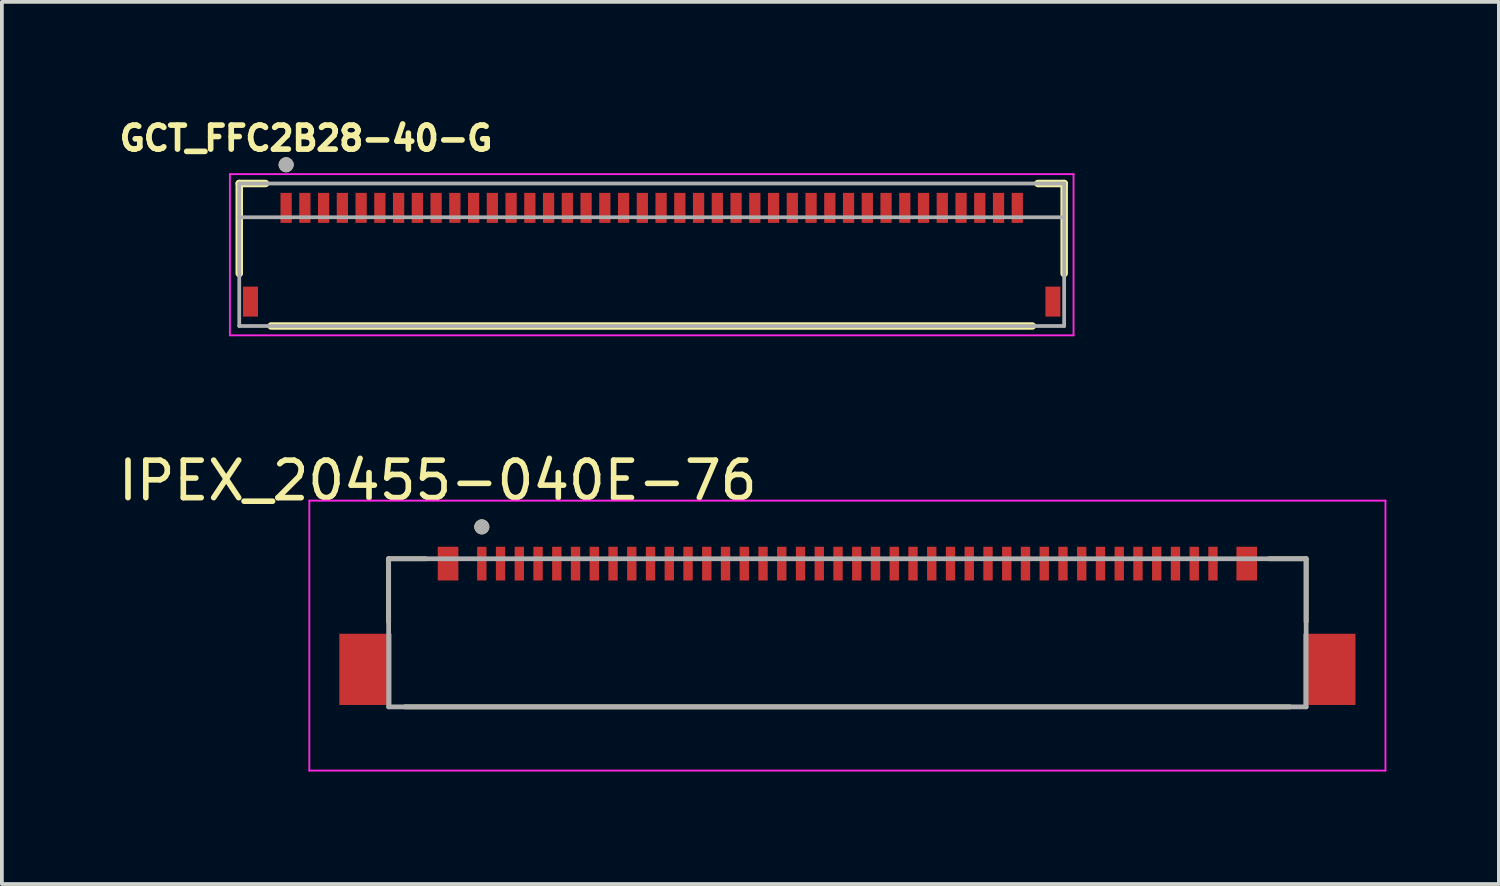
<source format=kicad_pcb>
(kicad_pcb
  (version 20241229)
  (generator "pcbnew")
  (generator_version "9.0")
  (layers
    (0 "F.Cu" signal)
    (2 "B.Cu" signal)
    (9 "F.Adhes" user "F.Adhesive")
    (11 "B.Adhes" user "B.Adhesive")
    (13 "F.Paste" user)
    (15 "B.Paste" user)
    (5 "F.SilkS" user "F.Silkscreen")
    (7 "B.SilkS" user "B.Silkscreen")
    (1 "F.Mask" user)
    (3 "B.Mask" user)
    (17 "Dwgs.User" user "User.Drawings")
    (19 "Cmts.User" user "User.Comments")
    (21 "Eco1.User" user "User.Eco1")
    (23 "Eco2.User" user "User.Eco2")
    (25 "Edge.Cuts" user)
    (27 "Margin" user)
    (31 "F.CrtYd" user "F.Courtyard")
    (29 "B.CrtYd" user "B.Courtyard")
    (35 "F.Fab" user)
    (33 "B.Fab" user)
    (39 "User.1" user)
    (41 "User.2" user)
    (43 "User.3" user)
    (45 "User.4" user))
  (footprint "GCT_FFC2B28-40-G"
    (layer "F.Cu")
    (at 14.331 3.744)
    (property "Reference" "GCT_FFC2B28-40-G" (at -9.218 -3.106 0) (layer "F.SilkS") (effects (font (size 0.64 0.64) (thickness 0.15))))
    (attr through_hole)
    (fp_line (start -11 -1.9) (end -10.3 -1.9) (stroke (width 0.2) (type solid)) (layer "F.SilkS"))
    (fp_line (start -11 0.5) (end -11 -1.9) (stroke (width 0.2) (type solid)) (layer "F.SilkS"))
    (fp_line (start -10.15 1.9) (end 10.15 1.9) (stroke (width 0.2) (type solid)) (layer "F.SilkS"))
    (fp_line (start 10.3 -1.9) (end 11 -1.9) (stroke (width 0.2) (type solid)) (layer "F.SilkS"))
    (fp_line (start 11 -1.9) (end 11 0.5) (stroke (width 0.2) (type solid)) (layer "F.SilkS"))
    (fp_circle (center -9.75 -2.4) (end -9.65 -2.4) (stroke (width 0.2) (type solid)) (fill no) (layer "F.SilkS"))
    (fp_line (start -11.25 -2.15) (end -11.25 2.15) (stroke (width 0.05) (type solid)) (layer "F.CrtYd"))
    (fp_line (start -11.25 2.15) (end 11.25 2.15) (stroke (width 0.05) (type solid)) (layer "F.CrtYd"))
    (fp_line (start 11.25 -2.15) (end -11.25 -2.15) (stroke (width 0.05) (type solid)) (layer "F.CrtYd"))
    (fp_line (start 11.25 2.15) (end 11.25 -2.15) (stroke (width 0.05) (type solid)) (layer "F.CrtYd"))
    (fp_line (start -11 -1.9) (end 11 -1.9) (stroke (width 0.1) (type solid)) (layer "F.Fab"))
    (fp_line (start -11 -1) (end -11 -1.9) (stroke (width 0.1) (type solid)) (layer "F.Fab"))
    (fp_line (start -11 -1) (end 11 -1) (stroke (width 0.1) (type solid)) (layer "F.Fab"))
    (fp_line (start -11 1.9) (end -11 -1) (stroke (width 0.1) (type solid)) (layer "F.Fab"))
    (fp_line (start 11 -1.9) (end 11 -1) (stroke (width 0.1) (type solid)) (layer "F.Fab"))
    (fp_line (start 11 -1) (end 11 1.9) (stroke (width 0.1) (type solid)) (layer "F.Fab"))
    (fp_line (start 11 1.9) (end -11 1.9) (stroke (width 0.1) (type solid)) (layer "F.Fab"))
    (fp_circle (center -9.75 -2.4) (end -9.65 -2.4) (stroke (width 0.2) (type solid)) (fill no) (layer "F.Fab"))
    (pad "1" smd rect (at -9.75 -1.25) (size 0.3 0.8) (layers "F.Cu" "F.Mask" "F.Paste"))
    (pad "2" smd rect (at -9.25 -1.25) (size 0.3 0.8) (layers "F.Cu" "F.Mask" "F.Paste"))
    (pad "3" smd rect (at -8.75 -1.25) (size 0.3 0.8) (layers "F.Cu" "F.Mask" "F.Paste"))
    (pad "4" smd rect (at -8.25 -1.25) (size 0.3 0.8) (layers "F.Cu" "F.Mask" "F.Paste"))
    (pad "5" smd rect (at -7.75 -1.25) (size 0.3 0.8) (layers "F.Cu" "F.Mask" "F.Paste"))
    (pad "6" smd rect (at -7.25 -1.25) (size 0.3 0.8) (layers "F.Cu" "F.Mask" "F.Paste"))
    (pad "7" smd rect (at -6.75 -1.25) (size 0.3 0.8) (layers "F.Cu" "F.Mask" "F.Paste"))
    (pad "8" smd rect (at -6.25 -1.25) (size 0.3 0.8) (layers "F.Cu" "F.Mask" "F.Paste"))
    (pad "9" smd rect (at -5.75 -1.25) (size 0.3 0.8) (layers "F.Cu" "F.Mask" "F.Paste"))
    (pad "10" smd rect (at -5.25 -1.25) (size 0.3 0.8) (layers "F.Cu" "F.Mask" "F.Paste"))
    (pad "11" smd rect (at -4.75 -1.25) (size 0.3 0.8) (layers "F.Cu" "F.Mask" "F.Paste"))
    (pad "12" smd rect (at -4.25 -1.25) (size 0.3 0.8) (layers "F.Cu" "F.Mask" "F.Paste"))
    (pad "13" smd rect (at -3.75 -1.25) (size 0.3 0.8) (layers "F.Cu" "F.Mask" "F.Paste"))
    (pad "14" smd rect (at -3.25 -1.25) (size 0.3 0.8) (layers "F.Cu" "F.Mask" "F.Paste"))
    (pad "15" smd rect (at -2.75 -1.25) (size 0.3 0.8) (layers "F.Cu" "F.Mask" "F.Paste"))
    (pad "16" smd rect (at -2.25 -1.25) (size 0.3 0.8) (layers "F.Cu" "F.Mask" "F.Paste"))
    (pad "17" smd rect (at -1.75 -1.25) (size 0.3 0.8) (layers "F.Cu" "F.Mask" "F.Paste"))
    (pad "18" smd rect (at -1.25 -1.25) (size 0.3 0.8) (layers "F.Cu" "F.Mask" "F.Paste"))
    (pad "19" smd rect (at -0.75 -1.25) (size 0.3 0.8) (layers "F.Cu" "F.Mask" "F.Paste"))
    (pad "20" smd rect (at -0.25 -1.25) (size 0.3 0.8) (layers "F.Cu" "F.Mask" "F.Paste"))
    (pad "21" smd rect (at 0.25 -1.25) (size 0.3 0.8) (layers "F.Cu" "F.Mask" "F.Paste"))
    (pad "22" smd rect (at 0.75 -1.25) (size 0.3 0.8) (layers "F.Cu" "F.Mask" "F.Paste"))
    (pad "23" smd rect (at 1.25 -1.25) (size 0.3 0.8) (layers "F.Cu" "F.Mask" "F.Paste"))
    (pad "24" smd rect (at 1.75 -1.25) (size 0.3 0.8) (layers "F.Cu" "F.Mask" "F.Paste"))
    (pad "25" smd rect (at 2.25 -1.25) (size 0.3 0.8) (layers "F.Cu" "F.Mask" "F.Paste"))
    (pad "26" smd rect (at 2.75 -1.25) (size 0.3 0.8) (layers "F.Cu" "F.Mask" "F.Paste"))
    (pad "27" smd rect (at 3.25 -1.25) (size 0.3 0.8) (layers "F.Cu" "F.Mask" "F.Paste"))
    (pad "28" smd rect (at 3.75 -1.25) (size 0.3 0.8) (layers "F.Cu" "F.Mask" "F.Paste"))
    (pad "29" smd rect (at 4.25 -1.25) (size 0.3 0.8) (layers "F.Cu" "F.Mask" "F.Paste"))
    (pad "30" smd rect (at 4.75 -1.25) (size 0.3 0.8) (layers "F.Cu" "F.Mask" "F.Paste"))
    (pad "31" smd rect (at 5.25 -1.25) (size 0.3 0.8) (layers "F.Cu" "F.Mask" "F.Paste"))
    (pad "32" smd rect (at 5.75 -1.25) (size 0.3 0.8) (layers "F.Cu" "F.Mask" "F.Paste"))
    (pad "33" smd rect (at 6.25 -1.25) (size 0.3 0.8) (layers "F.Cu" "F.Mask" "F.Paste"))
    (pad "34" smd rect (at 6.75 -1.25) (size 0.3 0.8) (layers "F.Cu" "F.Mask" "F.Paste"))
    (pad "35" smd rect (at 7.25 -1.25) (size 0.3 0.8) (layers "F.Cu" "F.Mask" "F.Paste"))
    (pad "36" smd rect (at 7.75 -1.25) (size 0.3 0.8) (layers "F.Cu" "F.Mask" "F.Paste"))
    (pad "37" smd rect (at 8.25 -1.25) (size 0.3 0.8) (layers "F.Cu" "F.Mask" "F.Paste"))
    (pad "38" smd rect (at 8.75 -1.25) (size 0.3 0.8) (layers "F.Cu" "F.Mask" "F.Paste"))
    (pad "39" smd rect (at 9.25 -1.25) (size 0.3 0.8) (layers "F.Cu" "F.Mask" "F.Paste"))
    (pad "40" smd rect (at 9.75 -1.25) (size 0.3 0.8) (layers "F.Cu" "F.Mask" "F.Paste"))
    (pad "S1" smd rect (at -10.7 1.25) (size 0.4 0.8) (layers "F.Cu" "F.Mask" "F.Paste"))
    (pad "S2" smd rect (at 10.7 1.25) (size 0.4 0.8) (layers "F.Cu" "F.Mask" "F.Paste")))
  (footprint "IPEX_20455-040E-76"
    (layer "F.Cu")
    (at 19.55 13.902)
    (property "Reference" "IPEX_20455-040E-76" (at -10.925 -4.135 0) (layer "F.SilkS") (effects (font (size 1 1) (thickness 0.15))))
    (attr through_hole)
    (fp_line (start -12.235 -2.05) (end -12.235 -0.37) (stroke (width 0.127) (type solid)) (layer "F.SilkS"))
    (fp_line (start -12.235 -2.05) (end -11.25 -2.05) (stroke (width 0.127) (type solid)) (layer "F.SilkS"))
    (fp_line (start -11.8 1.9) (end 11.8 1.9) (stroke (width 0.127) (type solid)) (layer "F.SilkS"))
    (fp_line (start 11.25 -2.05) (end 12.235 -2.05) (stroke (width 0.127) (type solid)) (layer "F.SilkS"))
    (fp_line (start 12.235 -2.05) (end 12.235 -0.37) (stroke (width 0.127) (type solid)) (layer "F.SilkS"))
    (fp_circle (center -9.75 -2.9) (end -9.65 -2.9) (stroke (width 0.2) (type solid)) (fill no) (layer "F.SilkS"))
    (fp_line (start -14.35 -3.6) (end -14.35 3.6) (stroke (width 0.05) (type solid)) (layer "F.CrtYd"))
    (fp_line (start -14.35 3.6) (end 14.35 3.6) (stroke (width 0.05) (type solid)) (layer "F.CrtYd"))
    (fp_line (start 14.35 -3.6) (end -14.35 -3.6) (stroke (width 0.05) (type solid)) (layer "F.CrtYd"))
    (fp_line (start 14.35 3.6) (end 14.35 -3.6) (stroke (width 0.05) (type solid)) (layer "F.CrtYd"))
    (fp_poly (pts (xy -14.1 -3.35) (xy 14.1 -3.35) (xy 14.1 3.35) (xy 13.55 3.35) (xy 13.55 -0.05) (xy 12.15 -0.05) (xy 12.15 -2.37) (xy -12.15 -2.37) (xy -12.15 -0.05) (xy -13.55 -0.05) (xy -13.55 3.35) (xy -14.1 3.35)) (stroke (width 0.001) (type solid)) (fill no) (layer "F.CrtYd"))
    (fp_line (start -12.235 -2.05) (end 12.235 -2.05) (stroke (width 0.127) (type solid)) (layer "F.Fab"))
    (fp_line (start -12.235 1.9) (end -12.235 -2.05) (stroke (width 0.127) (type solid)) (layer "F.Fab"))
    (fp_line (start 12.235 -2.05) (end 12.235 1.9) (stroke (width 0.127) (type solid)) (layer "F.Fab"))
    (fp_line (start 12.235 1.9) (end -12.235 1.9) (stroke (width 0.127) (type solid)) (layer "F.Fab"))
    (fp_circle (center -9.75 -2.9) (end -9.65 -2.9) (stroke (width 0.2) (type solid)) (fill no) (layer "F.Fab"))
    (pad "1" smd rect (at 9.75 -1.92) (size 0.25 0.9) (layers "F.Cu" "F.Mask" "F.Paste"))
    (pad "2" smd rect (at 9.25 -1.92) (size 0.25 0.9) (layers "F.Cu" "F.Mask" "F.Paste"))
    (pad "3" smd rect (at 8.75 -1.92) (size 0.25 0.9) (layers "F.Cu" "F.Mask" "F.Paste"))
    (pad "4" smd rect (at 8.25 -1.92) (size 0.25 0.9) (layers "F.Cu" "F.Mask" "F.Paste"))
    (pad "5" smd rect (at 7.75 -1.92) (size 0.25 0.9) (layers "F.Cu" "F.Mask" "F.Paste"))
    (pad "6" smd rect (at 7.25 -1.92) (size 0.25 0.9) (layers "F.Cu" "F.Mask" "F.Paste"))
    (pad "7" smd rect (at 6.75 -1.92) (size 0.25 0.9) (layers "F.Cu" "F.Mask" "F.Paste"))
    (pad "8" smd rect (at 6.25 -1.92) (size 0.25 0.9) (layers "F.Cu" "F.Mask" "F.Paste"))
    (pad "9" smd rect (at 5.75 -1.92) (size 0.25 0.9) (layers "F.Cu" "F.Mask" "F.Paste"))
    (pad "10" smd rect (at 5.25 -1.92) (size 0.25 0.9) (layers "F.Cu" "F.Mask" "F.Paste"))
    (pad "11" smd rect (at 4.75 -1.92) (size 0.25 0.9) (layers "F.Cu" "F.Mask" "F.Paste"))
    (pad "12" smd rect (at 4.25 -1.92) (size 0.25 0.9) (layers "F.Cu" "F.Mask" "F.Paste"))
    (pad "13" smd rect (at 3.75 -1.92) (size 0.25 0.9) (layers "F.Cu" "F.Mask" "F.Paste"))
    (pad "14" smd rect (at 3.25 -1.92) (size 0.25 0.9) (layers "F.Cu" "F.Mask" "F.Paste"))
    (pad "15" smd rect (at 2.75 -1.92) (size 0.25 0.9) (layers "F.Cu" "F.Mask" "F.Paste"))
    (pad "16" smd rect (at 2.25 -1.92) (size 0.25 0.9) (layers "F.Cu" "F.Mask" "F.Paste"))
    (pad "17" smd rect (at 1.75 -1.92) (size 0.25 0.9) (layers "F.Cu" "F.Mask" "F.Paste"))
    (pad "18" smd rect (at 1.25 -1.92) (size 0.25 0.9) (layers "F.Cu" "F.Mask" "F.Paste"))
    (pad "19" smd rect (at 0.75 -1.92) (size 0.25 0.9) (layers "F.Cu" "F.Mask" "F.Paste"))
    (pad "20" smd rect (at 0.25 -1.92) (size 0.25 0.9) (layers "F.Cu" "F.Mask" "F.Paste"))
    (pad "21" smd rect (at -0.25 -1.92) (size 0.25 0.9) (layers "F.Cu" "F.Mask" "F.Paste"))
    (pad "22" smd rect (at -0.75 -1.92) (size 0.25 0.9) (layers "F.Cu" "F.Mask" "F.Paste"))
    (pad "23" smd rect (at -1.25 -1.92) (size 0.25 0.9) (layers "F.Cu" "F.Mask" "F.Paste"))
    (pad "24" smd rect (at -1.75 -1.92) (size 0.25 0.9) (layers "F.Cu" "F.Mask" "F.Paste"))
    (pad "25" smd rect (at -2.25 -1.92) (size 0.25 0.9) (layers "F.Cu" "F.Mask" "F.Paste"))
    (pad "26" smd rect (at -2.75 -1.92) (size 0.25 0.9) (layers "F.Cu" "F.Mask" "F.Paste"))
    (pad "27" smd rect (at -3.25 -1.92) (size 0.25 0.9) (layers "F.Cu" "F.Mask" "F.Paste"))
    (pad "28" smd rect (at -3.75 -1.92) (size 0.25 0.9) (layers "F.Cu" "F.Mask" "F.Paste"))
    (pad "29" smd rect (at -4.25 -1.92) (size 0.25 0.9) (layers "F.Cu" "F.Mask" "F.Paste"))
    (pad "30" smd rect (at -4.75 -1.92) (size 0.25 0.9) (layers "F.Cu" "F.Mask" "F.Paste"))
    (pad "31" smd rect (at -5.25 -1.92) (size 0.25 0.9) (layers "F.Cu" "F.Mask" "F.Paste"))
    (pad "32" smd rect (at -5.75 -1.92) (size 0.25 0.9) (layers "F.Cu" "F.Mask" "F.Paste"))
    (pad "33" smd rect (at -6.25 -1.92) (size 0.25 0.9) (layers "F.Cu" "F.Mask" "F.Paste"))
    (pad "34" smd rect (at -6.75 -1.92) (size 0.25 0.9) (layers "F.Cu" "F.Mask" "F.Paste"))
    (pad "35" smd rect (at -7.25 -1.92) (size 0.25 0.9) (layers "F.Cu" "F.Mask" "F.Paste"))
    (pad "36" smd rect (at -7.75 -1.92) (size 0.25 0.9) (layers "F.Cu" "F.Mask" "F.Paste"))
    (pad "37" smd rect (at -8.25 -1.92) (size 0.25 0.9) (layers "F.Cu" "F.Mask" "F.Paste"))
    (pad "38" smd rect (at -8.75 -1.92) (size 0.25 0.9) (layers "F.Cu" "F.Mask" "F.Paste"))
    (pad "39" smd rect (at -9.25 -1.92) (size 0.25 0.9) (layers "F.Cu" "F.Mask" "F.Paste"))
    (pad "40" smd rect (at -9.75 -1.92) (size 0.25 0.9) (layers "F.Cu" "F.Mask" "F.Paste"))
    (pad "S1" smd rect (at -10.65 -1.92) (size 0.55 0.9) (layers "F.Cu" "F.Mask" "F.Paste"))
    (pad "S2" smd rect (at -12.85 0.9) (size 1.4 1.9) (layers "F.Cu" "F.Mask" "F.Paste"))
    (pad "S3" smd rect (at 10.65 -1.92) (size 0.55 0.9) (layers "F.Cu" "F.Mask" "F.Paste"))
    (pad "S4" smd rect (at 12.85 0.9) (size 1.4 1.9) (layers "F.Cu" "F.Mask" "F.Paste")))
  (gr_rect
    (start -3 -3)
    (end 36.925 20.527)
    (stroke (width 0.1) (type default))
    (fill no)
    (layer "Edge.Cuts")))
</source>
